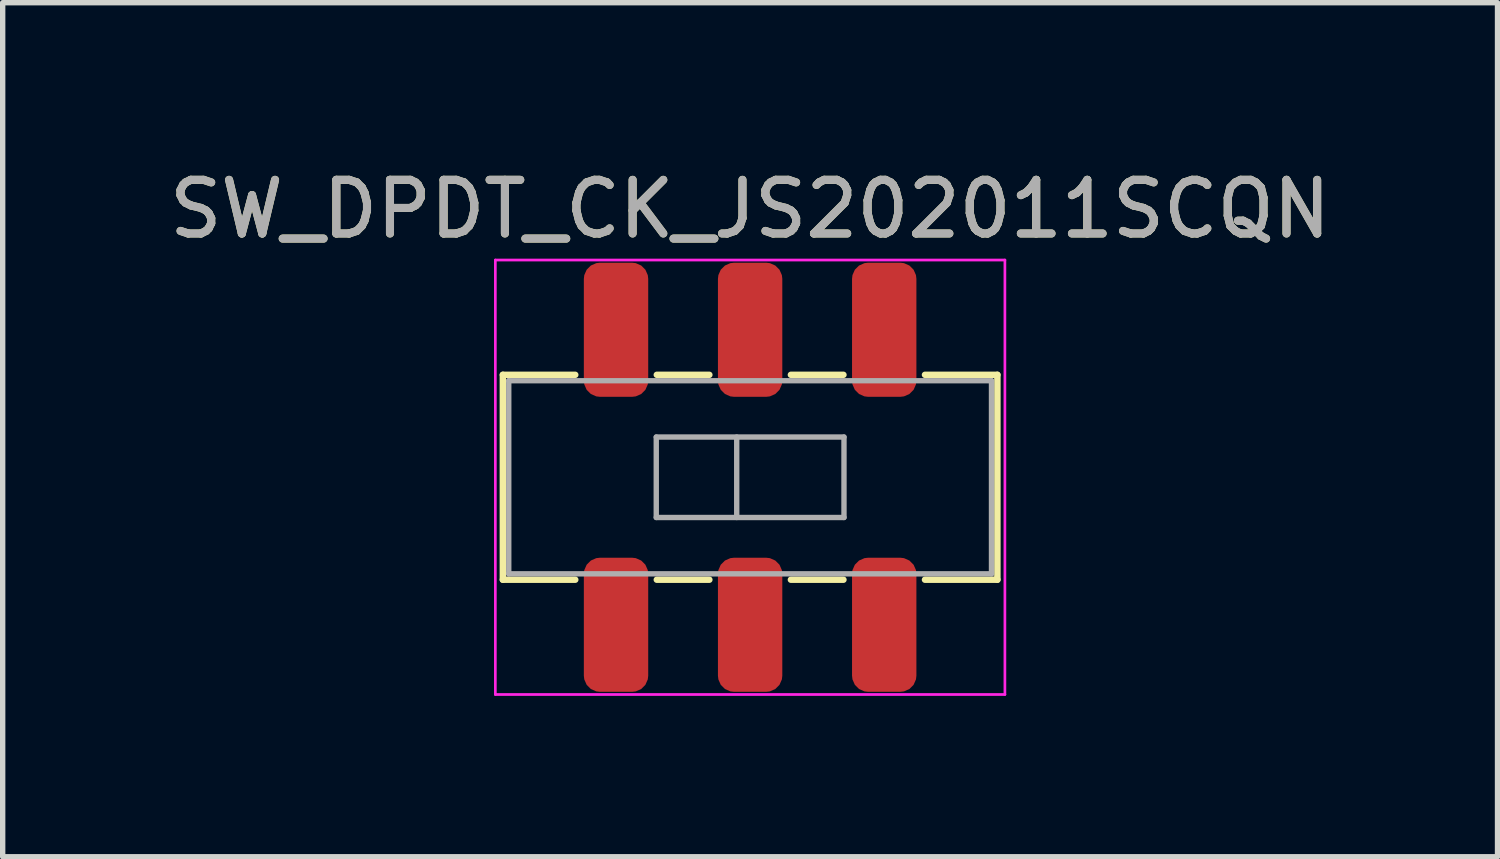
<source format=kicad_pcb>
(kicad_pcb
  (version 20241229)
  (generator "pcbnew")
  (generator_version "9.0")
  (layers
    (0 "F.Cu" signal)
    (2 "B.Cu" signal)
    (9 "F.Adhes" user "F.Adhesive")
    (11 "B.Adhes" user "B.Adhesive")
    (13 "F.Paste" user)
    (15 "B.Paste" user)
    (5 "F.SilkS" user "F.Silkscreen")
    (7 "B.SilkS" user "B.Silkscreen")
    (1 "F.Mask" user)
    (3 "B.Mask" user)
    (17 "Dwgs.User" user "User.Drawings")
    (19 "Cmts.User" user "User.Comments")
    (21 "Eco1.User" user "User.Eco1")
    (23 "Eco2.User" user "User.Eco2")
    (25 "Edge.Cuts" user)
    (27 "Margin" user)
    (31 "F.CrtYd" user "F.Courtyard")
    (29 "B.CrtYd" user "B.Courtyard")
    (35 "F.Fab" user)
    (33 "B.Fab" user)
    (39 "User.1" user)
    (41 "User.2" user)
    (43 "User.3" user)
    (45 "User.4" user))
  (footprint "SW_DPDT_CK_JS202011SCQN"
    (layer "F.Cu")
    (at 10.935 5.848)
    (property "Reference" "SW_DPDT_CK_JS202011SCQN" (at 0 -5 0) (layer "F.SilkS") (effects (font (size 1 1) (thickness 0.15))))
    (attr smd)
    (fp_line (start -4.61 -1.91) (end -4.61 1.91) (stroke (width 0.12) (type solid)) (layer "F.SilkS"))
    (fp_line (start -4.61 1.91) (end -3.26 1.91) (stroke (width 0.12) (type solid)) (layer "F.SilkS"))
    (fp_line (start -3.26 -1.91) (end -4.61 -1.91) (stroke (width 0.12) (type solid)) (layer "F.SilkS"))
    (fp_line (start -0.76 -1.91) (end -1.74 -1.91) (stroke (width 0.12) (type solid)) (layer "F.SilkS"))
    (fp_line (start -0.76 1.91) (end -1.74 1.91) (stroke (width 0.12) (type solid)) (layer "F.SilkS"))
    (fp_line (start 1.74 -1.91) (end 0.76 -1.91) (stroke (width 0.12) (type solid)) (layer "F.SilkS"))
    (fp_line (start 1.74 1.91) (end 0.76 1.91) (stroke (width 0.12) (type solid)) (layer "F.SilkS"))
    (fp_line (start 4.61 -1.91) (end 3.26 -1.91) (stroke (width 0.12) (type solid)) (layer "F.SilkS"))
    (fp_line (start 4.61 -1.91) (end 4.61 1.91) (stroke (width 0.12) (type solid)) (layer "F.SilkS"))
    (fp_line (start 4.61 1.91) (end 3.26 1.91) (stroke (width 0.12) (type solid)) (layer "F.SilkS"))
    (fp_line (start -4.75 -4.05) (end -4.75 4.05) (stroke (width 0.05) (type solid)) (layer "F.CrtYd"))
    (fp_line (start -4.75 -4.05) (end 4.75 -4.05) (stroke (width 0.05) (type solid)) (layer "F.CrtYd"))
    (fp_line (start 4.75 -4.05) (end 4.75 4.05) (stroke (width 0.05) (type solid)) (layer "F.CrtYd"))
    (fp_line (start 4.75 4.05) (end -4.75 4.05) (stroke (width 0.05) (type solid)) (layer "F.CrtYd"))
    (fp_line (start -4.5 -1.8) (end 4.5 -1.8) (stroke (width 0.1) (type solid)) (layer "F.Fab"))
    (fp_line (start -4.5 1.8) (end -4.5 -1.8) (stroke (width 0.1) (type solid)) (layer "F.Fab"))
    (fp_line (start -1.75 -0.75) (end -1.75 0.75) (stroke (width 0.1) (type solid)) (layer "F.Fab"))
    (fp_line (start -1.75 -0.75) (end 1.75 -0.75) (stroke (width 0.1) (type solid)) (layer "F.Fab"))
    (fp_line (start -0.25 -0.75) (end -0.25 0.75) (stroke (width 0.1) (type solid)) (layer "F.Fab"))
    (fp_line (start 1.75 -0.75) (end 1.75 0.75) (stroke (width 0.1) (type solid)) (layer "F.Fab"))
    (fp_line (start 1.75 0.75) (end -1.75 0.75) (stroke (width 0.1) (type solid)) (layer "F.Fab"))
    (fp_line (start 4.5 -1.8) (end 4.5 1.8) (stroke (width 0.1) (type solid)) (layer "F.Fab"))
    (fp_line (start 4.5 1.8) (end -4.5 1.8) (stroke (width 0.1) (type solid)) (layer "F.Fab"))
    (fp_text user "${REFERENCE}" (at 0 -5 0) (layer "F.Fab") (effects (font (size 1 1) (thickness 0.15))))
    (pad "1" smd roundrect (at -2.5 -2.75) (size 1.2 2.5) (layers "F.Cu" "F.Mask" "F.Paste") (roundrect_rratio 0.25))
    (pad "2" smd roundrect (at 0 -2.75) (size 1.2 2.5) (layers "F.Cu" "F.Mask" "F.Paste") (roundrect_rratio 0.25))
    (pad "3" smd roundrect (at 2.5 -2.75) (size 1.2 2.5) (layers "F.Cu" "F.Mask" "F.Paste") (roundrect_rratio 0.25))
    (pad "4" smd roundrect (at -2.5 2.75) (size 1.2 2.5) (layers "F.Cu" "F.Mask" "F.Paste") (roundrect_rratio 0.25))
    (pad "5" smd roundrect (at 0 2.75) (size 1.2 2.5) (layers "F.Cu" "F.Mask" "F.Paste") (roundrect_rratio 0.25))
    (pad "6" smd roundrect (at 2.5 2.75) (size 1.2 2.5) (layers "F.Cu" "F.Mask" "F.Paste") (roundrect_rratio 0.25)))
  (gr_rect
    (start -3 -3)
    (end 24.869 12.923)
    (stroke (width 0.1) (type default))
    (fill no)
    (layer "Edge.Cuts")))
</source>
